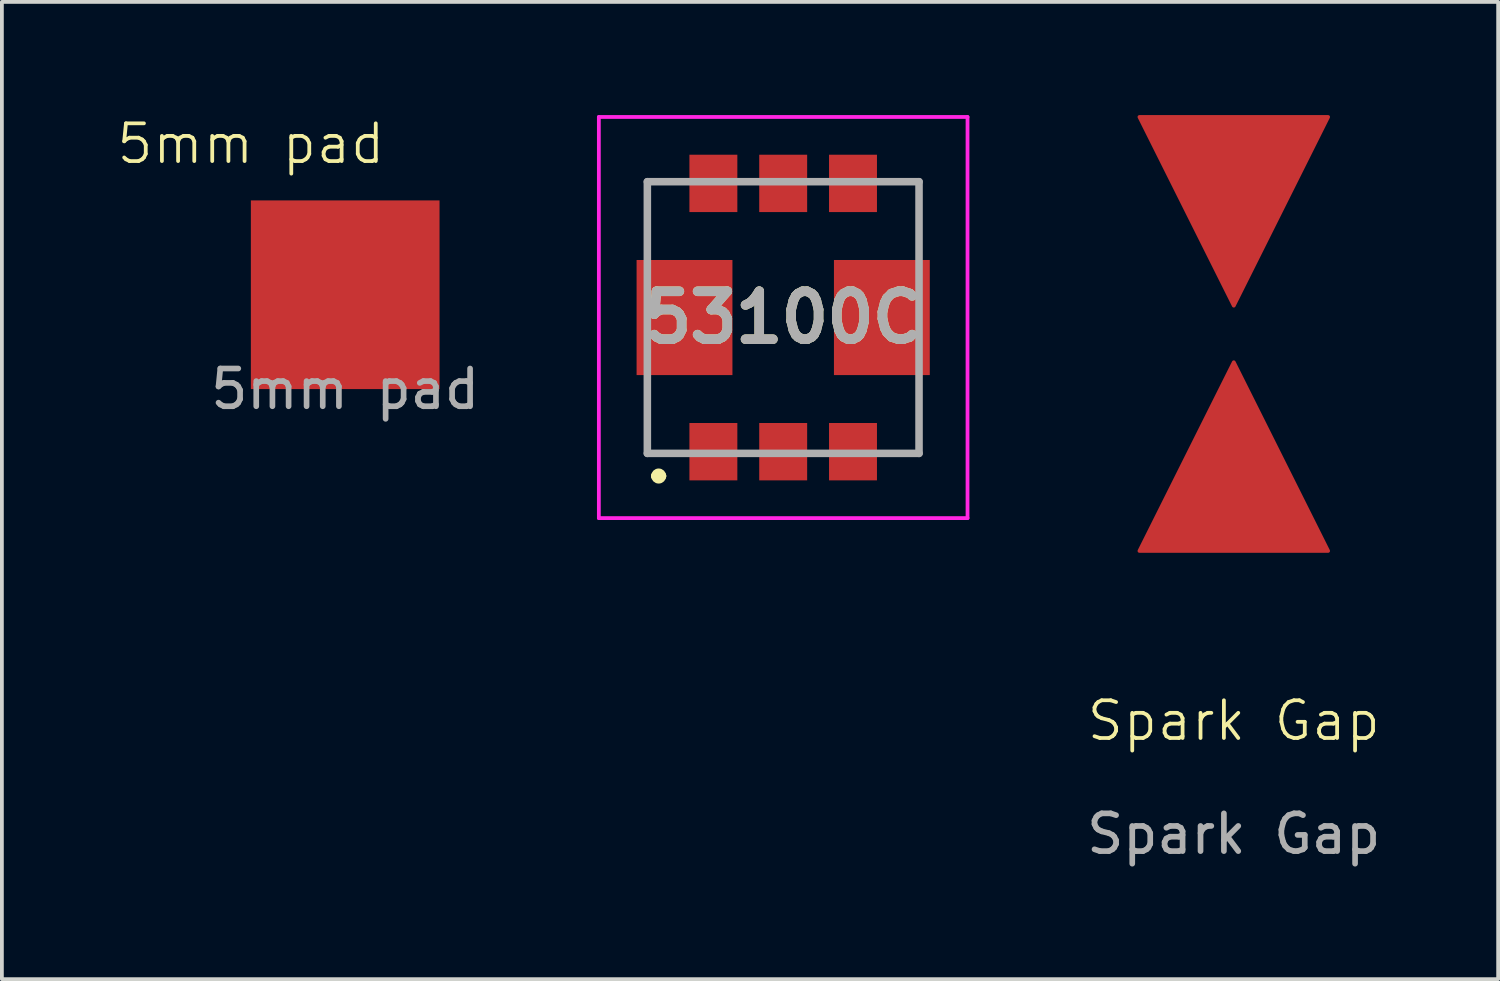
<source format=kicad_pcb>
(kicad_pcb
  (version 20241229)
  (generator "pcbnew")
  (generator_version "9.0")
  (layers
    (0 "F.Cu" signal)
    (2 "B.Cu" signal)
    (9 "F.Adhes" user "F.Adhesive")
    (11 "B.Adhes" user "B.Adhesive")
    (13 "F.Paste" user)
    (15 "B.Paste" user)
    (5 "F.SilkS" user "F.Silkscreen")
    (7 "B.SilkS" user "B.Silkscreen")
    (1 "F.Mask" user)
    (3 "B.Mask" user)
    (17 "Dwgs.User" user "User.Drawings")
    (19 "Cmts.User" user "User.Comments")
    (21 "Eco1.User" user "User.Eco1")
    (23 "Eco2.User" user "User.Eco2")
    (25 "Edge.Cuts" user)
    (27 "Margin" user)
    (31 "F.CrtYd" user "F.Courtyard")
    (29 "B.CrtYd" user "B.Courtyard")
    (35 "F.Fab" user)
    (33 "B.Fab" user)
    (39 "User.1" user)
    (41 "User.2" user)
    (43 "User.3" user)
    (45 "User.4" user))
  (footprint "Spark Gap"
    (layer "F.Cu")
    (at 29.646 16.55)
    (property "Reference" "Spark Gap" (at 0 -0.5 0) (unlocked yes) (layer "F.SilkS") (effects (font (size 1 1) (thickness 0.1))))
    (fp_poly (pts (xy 0 -11.5) (xy 2.5 -16.5) (xy -2.5 -16.5)) (stroke (width 0.1) (type solid)) (fill yes) (layer "F.Cu"))
    (fp_poly (pts (xy 0 -10) (xy -2.5 -5) (xy 2.5 -5)) (stroke (width 0.1) (type solid)) (fill yes) (layer "F.Cu"))
    (fp_rect (start -2.5 -16.5) (end 2.5 -5) (stroke (width 0.1) (type default)) (fill yes) (layer "F.Mask"))
    (fp_text user "${REFERENCE}" (at 0 2.5 0) (unlocked yes) (layer "F.Fab") (effects (font (size 1 1) (thickness 0.15))))
    (pad "1" smd custom (at 0 -15) (size 1.524 1.524) (layers "F.Cu" "F.Mask") (options (anchor rect)) (primitives))
    (pad "2" smd custom (at 0 -6.5) (size 1.524 1.524) (layers "F.Cu" "F.Mask") (options (anchor rect)) (primitives)))
  (footprint "5mm pad"
    (layer "F.Cu")
    (at 6.098 4.761)
    (property "Reference" "5mm pad" (at -2.5 -4 0) (unlocked yes) (layer "F.SilkS") (effects (font (size 1 1) (thickness 0.1))))
    (attr smd)
    (fp_text user "${REFERENCE}" (at 0 2.5 0) (unlocked yes) (layer "F.Fab") (effects (font (size 1 1) (thickness 0.15))))
    (pad "1" smd rect (at 0 0) (size 5 5) (layers "F.Cu" "F.Mask" "F.Paste")))
  (footprint "53100C"
    (layer "F.Cu")
    (at 17.705 5.365)
    (property "Reference" "53100C" (at 0 0 0) (layer "F.SilkS") (effects (font (size 1.27 1.27) (thickness 0.254))))
    (attr smd)
    (fp_line (start -3.6 -3.6) (end -3.6 -1.8) (stroke (width 0.1) (type solid)) (layer "F.SilkS"))
    (fp_line (start -3.6 1.8) (end -3.6 3.6) (stroke (width 0.1) (type solid)) (layer "F.SilkS"))
    (fp_line (start -3.6 3.6) (end -2.8 3.6) (stroke (width 0.1) (type solid)) (layer "F.SilkS"))
    (fp_line (start -3.4 4.2) (end -3.4 4.2) (stroke (width 0.2) (type solid)) (layer "F.SilkS"))
    (fp_line (start -3.2 4.2) (end -3.2 4.2) (stroke (width 0.2) (type solid)) (layer "F.SilkS"))
    (fp_line (start -2.8 -3.6) (end -3.6 -3.6) (stroke (width 0.1) (type solid)) (layer "F.SilkS"))
    (fp_line (start -2.8 3.6) (end -2.8 3.6) (stroke (width 0.1) (type solid)) (layer "F.SilkS"))
    (fp_line (start 2.8 -3.6) (end 3.6 -3.6) (stroke (width 0.1) (type solid)) (layer "F.SilkS"))
    (fp_line (start 3.6 -3.6) (end 3.6 -1.8) (stroke (width 0.1) (type solid)) (layer "F.SilkS"))
    (fp_line (start 3.6 -1.8) (end 3.6 -1.8) (stroke (width 0.1) (type solid)) (layer "F.SilkS"))
    (fp_line (start 3.6 -1.8) (end 3.6 -1.8) (stroke (width 0.1) (type solid)) (layer "F.SilkS"))
    (fp_line (start 3.6 1.8) (end 3.6 3.6) (stroke (width 0.1) (type solid)) (layer "F.SilkS"))
    (fp_line (start 3.6 3.6) (end 2.8 3.6) (stroke (width 0.1) (type solid)) (layer "F.SilkS"))
    (fp_arc (start -3.4 4.2) (mid -3.3 4.1) (end -3.2 4.2) (stroke (width 0.2) (type solid)) (layer "F.SilkS"))
    (fp_arc (start -3.2 4.2) (mid -3.3 4.3) (end -3.4 4.2) (stroke (width 0.2) (type solid)) (layer "F.SilkS"))
    (fp_line (start -4.885 -5.315) (end 4.885 -5.315) (stroke (width 0.1) (type solid)) (layer "F.CrtYd"))
    (fp_line (start -4.885 5.315) (end -4.885 -5.315) (stroke (width 0.1) (type solid)) (layer "F.CrtYd"))
    (fp_line (start 4.885 -5.315) (end 4.885 5.315) (stroke (width 0.1) (type solid)) (layer "F.CrtYd"))
    (fp_line (start 4.885 5.315) (end -4.885 5.315) (stroke (width 0.1) (type solid)) (layer "F.CrtYd"))
    (fp_line (start -3.6 -3.6) (end 3.6 -3.6) (stroke (width 0.2) (type solid)) (layer "F.Fab"))
    (fp_line (start -3.6 3.6) (end -3.6 -3.6) (stroke (width 0.2) (type solid)) (layer "F.Fab"))
    (fp_line (start 3.6 -3.6) (end 3.6 3.6) (stroke (width 0.2) (type solid)) (layer "F.Fab"))
    (fp_line (start 3.6 3.6) (end -3.6 3.6) (stroke (width 0.2) (type solid)) (layer "F.Fab"))
    (fp_text user "${REFERENCE}" (at 0 0 0) (layer "F.Fab") (effects (font (size 1.27 1.27) (thickness 0.254))))
    (pad "1" smd rect (at -1.85 3.555) (size 1.27 1.52) (layers "F.Cu" "F.Mask" "F.Paste"))
    (pad "2" smd rect (at 0 3.555) (size 1.27 1.52) (layers "F.Cu" "F.Mask" "F.Paste"))
    (pad "3" smd rect (at 1.85 3.555) (size 1.27 1.52) (layers "F.Cu" "F.Mask" "F.Paste"))
    (pad "4" smd rect (at 1.85 -3.555) (size 1.27 1.52) (layers "F.Cu" "F.Mask" "F.Paste"))
    (pad "5" smd rect (at 0 -3.555) (size 1.27 1.52) (layers "F.Cu" "F.Mask" "F.Paste"))
    (pad "6" smd rect (at -1.85 -3.555) (size 1.27 1.52) (layers "F.Cu" "F.Mask" "F.Paste"))
    (pad "7" smd rect (at 2.615 0) (size 2.54 3.05) (layers "F.Cu" "F.Mask" "F.Paste"))
    (pad "8" smd rect (at -2.615 0) (size 2.54 3.05) (layers "F.Cu" "F.Mask" "F.Paste")))
  (gr_rect
    (start -3 -3)
    (end 36.652 22.898)
    (stroke (width 0.1) (type default))
    (fill no)
    (layer "Edge.Cuts")))
</source>
